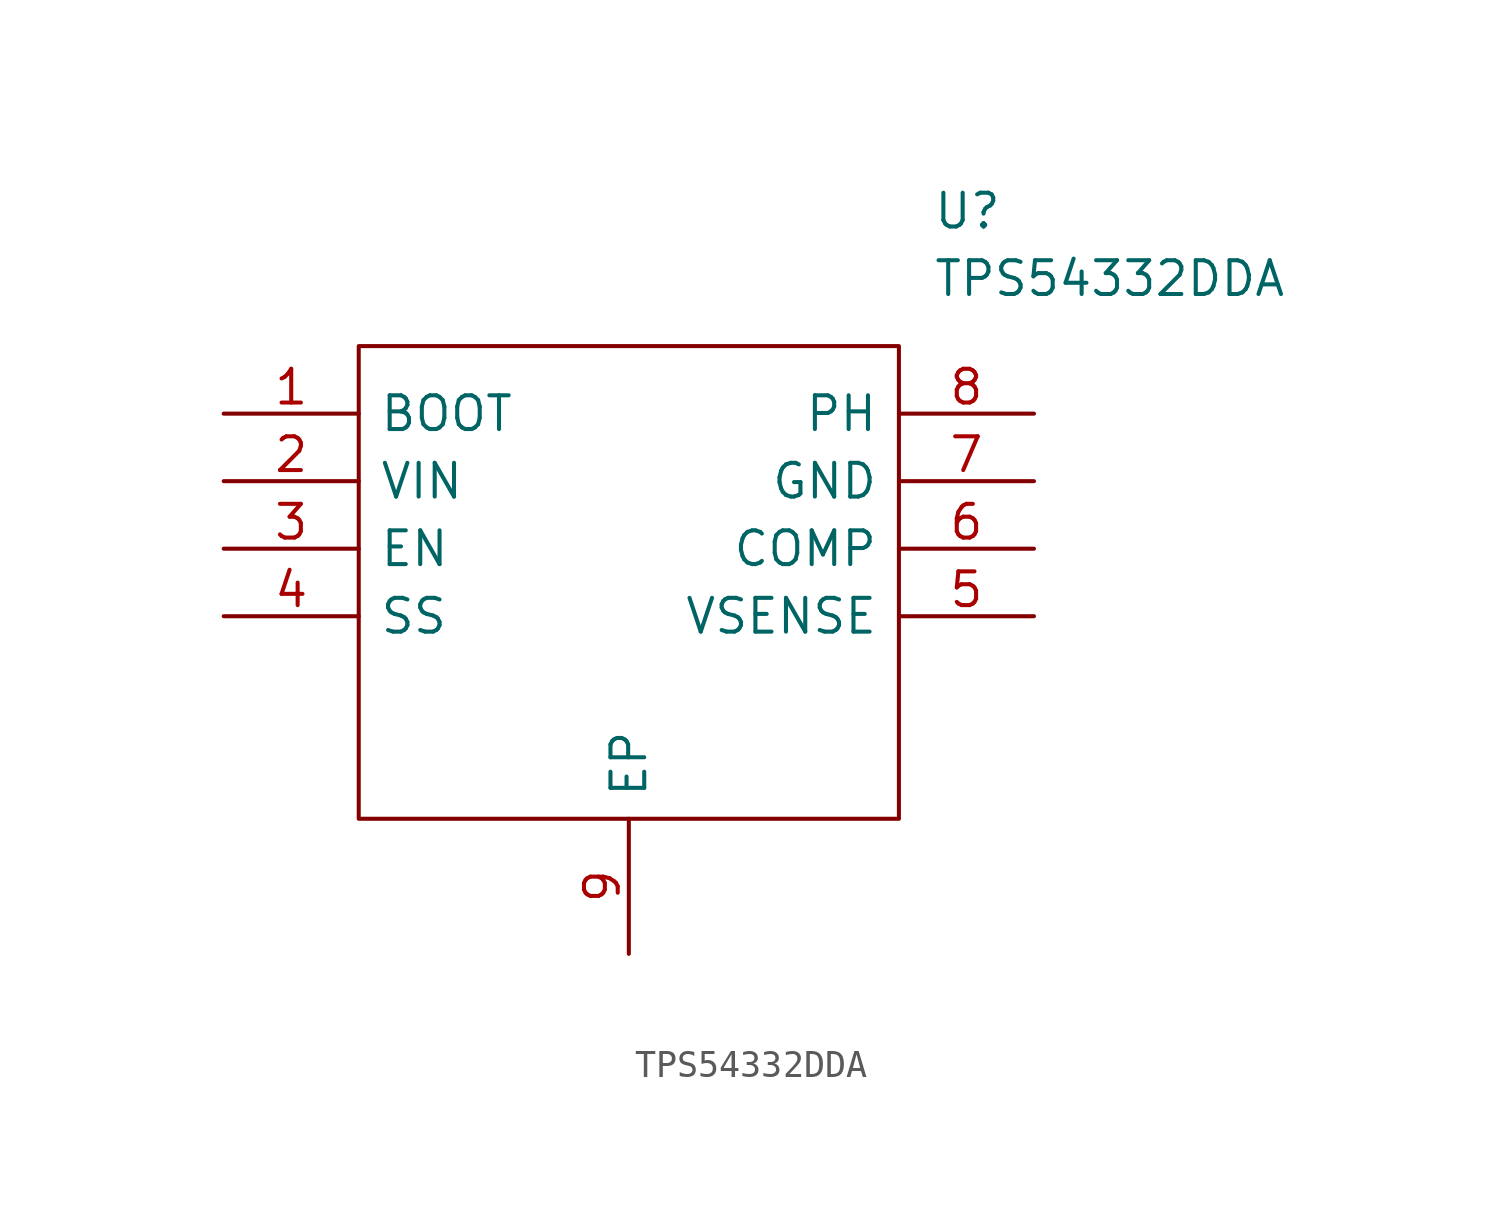
<source format=kicad_sym>
(kicad_symbol_lib
  (version 20211014)
  (generator kicad_symbol_editor)
  (symbol "TPS54332DDA"
    (pin_names
      (offset 0.762))
    (property "Reference" "U"
      (at 26.67 7.62 0)
      (effects (font (size 1.27 1.27)) (justify left)))
    (property "Value" "TPS54332DDA"
      (at 26.67 5.08 0)
      (effects (font (size 1.27 1.27)) (justify left)))
    (symbol "TPS54332DDA_0_0"
      (pin unspecified line (at 0 0 0) (length 5.08) (name "BOOT" (effects (font (size 1.27 1.27)))) (number "1" (effects (font (size 1.27 1.27)))))
      (pin input line (at 0 -2.54 0) (length 5.08) (name "VIN" (effects (font (size 1.27 1.27)))) (number "2" (effects (font (size 1.27 1.27)))))
      (pin unspecified line (at 0 -5.08 0) (length 5.08) (name "EN" (effects (font (size 1.27 1.27)))) (number "3" (effects (font (size 1.27 1.27)))))
      (pin unspecified line (at 0 -7.62 0) (length 5.08) (name "SS" (effects (font (size 1.27 1.27)))) (number "4" (effects (font (size 1.27 1.27)))))
      (pin unspecified line (at 30.48 -7.62 180) (length 5.08) (name "VSENSE" (effects (font (size 1.27 1.27)))) (number "5" (effects (font (size 1.27 1.27)))))
      (pin unspecified line (at 30.48 -5.08 180) (length 5.08) (name "COMP" (effects (font (size 1.27 1.27)))) (number "6" (effects (font (size 1.27 1.27)))))
      (pin power_in line (at 30.48 -2.54 180) (length 5.08) (name "GND" (effects (font (size 1.27 1.27)))) (number "7" (effects (font (size 1.27 1.27)))))
      (pin unspecified line (at 30.48 0 180) (length 5.08) (name "PH" (effects (font (size 1.27 1.27)))) (number "8" (effects (font (size 1.27 1.27)))))
      (pin power_in line (at 15.24 -20.32 90) (length 5.08) (name "EP" (effects (font (size 1.27 1.27)))) (number "9" (effects (font (size 1.27 1.27))))))
    (symbol "TPS54332DDA_0_1"
      (polyline (pts (xy 5.08 2.54) (xy 25.4 2.54) (xy 25.4 -15.24) (xy 5.08 -15.24) (xy 5.08 2.54)) (stroke (width 0.152) (type default) (color 0 0 0 0)) (fill (type none))))))
</source>
